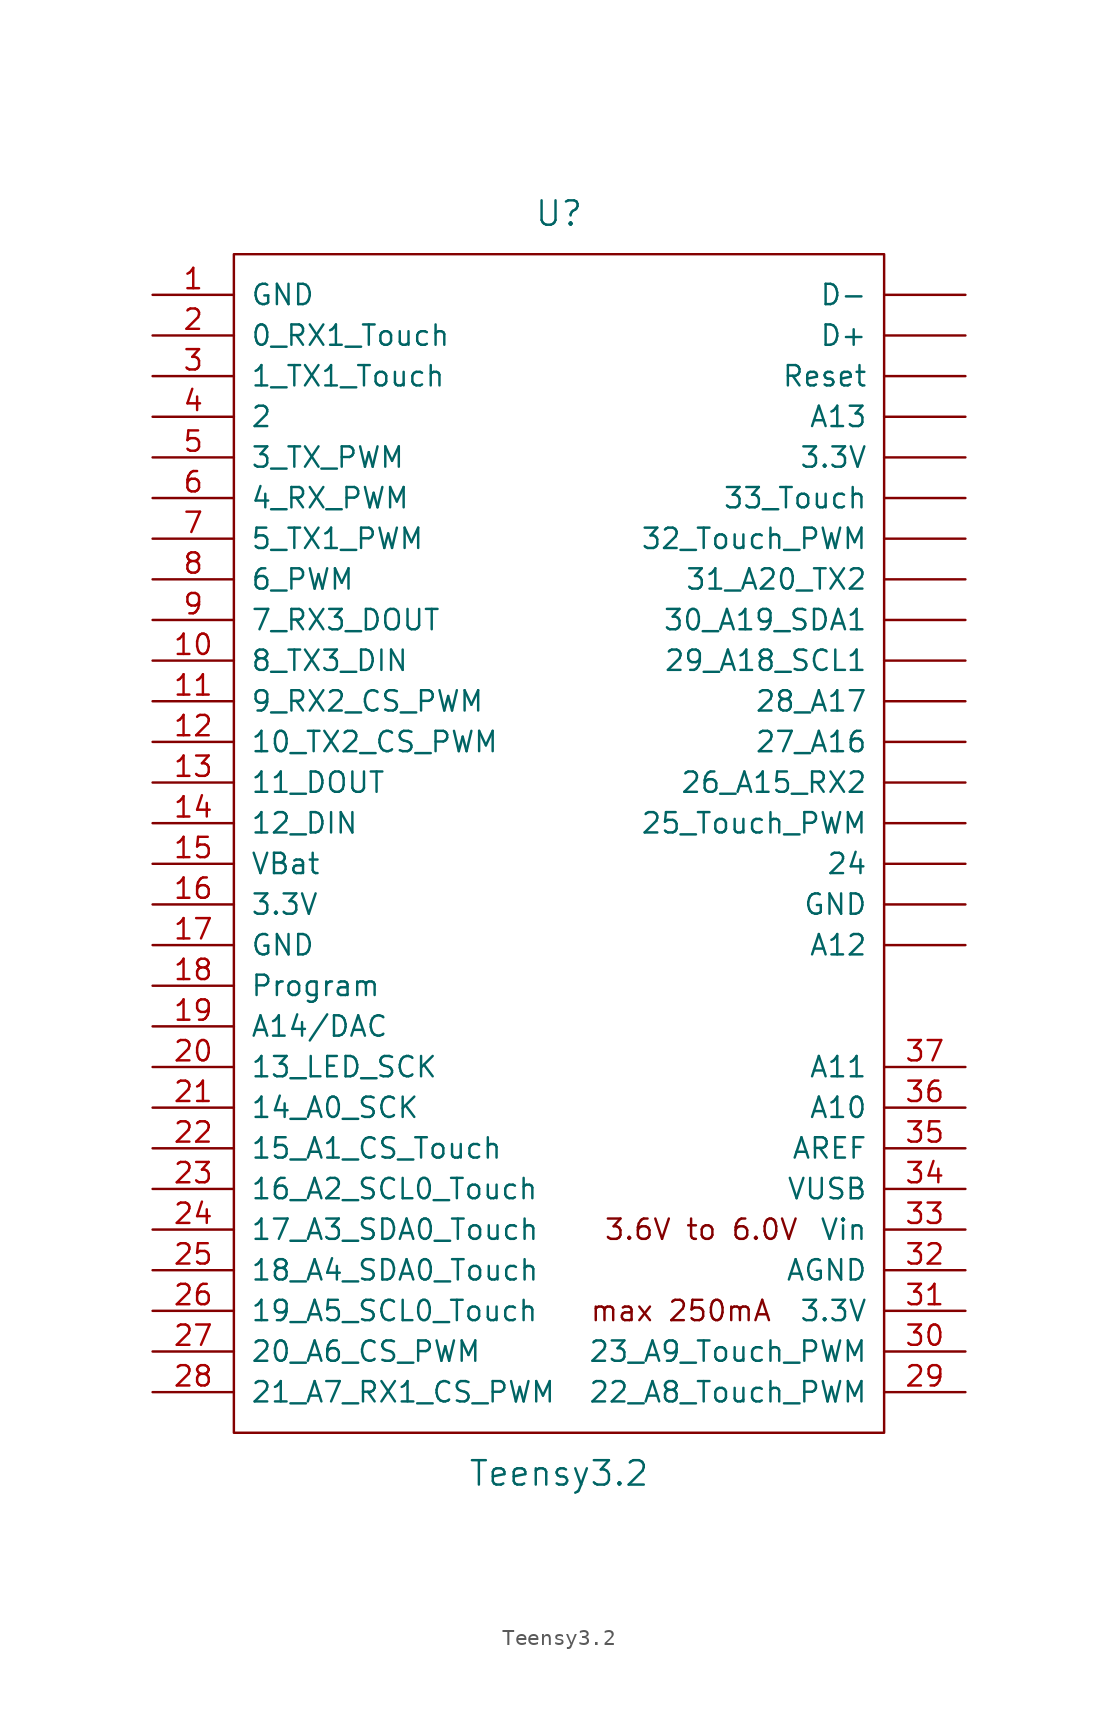
<source format=kicad_sym>
(kicad_symbol_lib
  (version 20211014)
  (generator kicad_symbol_editor)
  (symbol "Teensy3.2"
    (pin_names
      (offset 1.016))
    (property "Reference" "U"
      (at 0 39.37 0)
      (effects (font (size 1.524 1.524))))
    (property "Value" "Teensy3.2"
      (at 0 -39.37 0)
      (effects (font (size 1.524 1.524))))
    (property "Footprint" ""
      (at 0 -19.05 0)
      (effects (font (size 1.524 1.524))))
    (property "Datasheet" ""
      (at 0 -19.05 0)
      (effects (font (size 1.524 1.524))))
    (symbol "Teensy3.2_0_0"
      (text "3.6V to 6.0V" (at 8.89 -24.13 0) (effects (font (size 1.27 1.27))))
      (text "max 250mA" (at 7.62 -29.21 0) (effects (font (size 1.27 1.27)))))
    (symbol "Teensy3.2_0_1"
      (rectangle (start -20.32 -36.83) (end 20.32 36.83) (stroke (width 0) (type default) (color 0 0 0 0)) (fill (type none))))
    (symbol "Teensy3.2_1_1"
      (pin power_in line (at -25.4 34.29 0) (length 5.08) (name "GND" (effects (font (size 1.27 1.27)))) (number "1" (effects (font (size 1.27 1.27)))))
      (pin bidirectional line (at -25.4 11.43 0) (length 5.08) (name "8_TX3_DIN" (effects (font (size 1.27 1.27)))) (number "10" (effects (font (size 1.27 1.27)))))
      (pin bidirectional line (at -25.4 8.89 0) (length 5.08) (name "9_RX2_CS_PWM" (effects (font (size 1.27 1.27)))) (number "11" (effects (font (size 1.27 1.27)))))
      (pin bidirectional line (at -25.4 6.35 0) (length 5.08) (name "10_TX2_CS_PWM" (effects (font (size 1.27 1.27)))) (number "12" (effects (font (size 1.27 1.27)))))
      (pin bidirectional line (at -25.4 3.81 0) (length 5.08) (name "11_DOUT" (effects (font (size 1.27 1.27)))) (number "13" (effects (font (size 1.27 1.27)))))
      (pin bidirectional line (at -25.4 1.27 0) (length 5.08) (name "12_DIN" (effects (font (size 1.27 1.27)))) (number "14" (effects (font (size 1.27 1.27)))))
      (pin power_in line (at -25.4 -1.27 0) (length 5.08) (name "VBat" (effects (font (size 1.27 1.27)))) (number "15" (effects (font (size 1.27 1.27)))))
      (pin power_out line (at -25.4 -3.81 0) (length 5.08) (name "3.3V" (effects (font (size 1.27 1.27)))) (number "16" (effects (font (size 1.27 1.27)))))
      (pin power_in line (at -25.4 -6.35 0) (length 5.08) (name "GND" (effects (font (size 1.27 1.27)))) (number "17" (effects (font (size 1.27 1.27)))))
      (pin input line (at -25.4 -8.89 0) (length 5.08) (name "Program" (effects (font (size 1.27 1.27)))) (number "18" (effects (font (size 1.27 1.27)))))
      (pin bidirectional line (at -25.4 -11.43 0) (length 5.08) (name "A14/DAC" (effects (font (size 1.27 1.27)))) (number "19" (effects (font (size 1.27 1.27)))))
      (pin bidirectional line (at -25.4 31.75 0) (length 5.08) (name "0_RX1_Touch" (effects (font (size 1.27 1.27)))) (number "2" (effects (font (size 1.27 1.27)))))
      (pin bidirectional line (at -25.4 -13.97 0) (length 5.08) (name "13_LED_SCK" (effects (font (size 1.27 1.27)))) (number "20" (effects (font (size 1.27 1.27)))))
      (pin bidirectional line (at -25.4 -16.51 0) (length 5.08) (name "14_A0_SCK" (effects (font (size 1.27 1.27)))) (number "21" (effects (font (size 1.27 1.27)))))
      (pin bidirectional line (at -25.4 -19.05 0) (length 5.08) (name "15_A1_CS_Touch" (effects (font (size 1.27 1.27)))) (number "22" (effects (font (size 1.27 1.27)))))
      (pin bidirectional line (at -25.4 -21.59 0) (length 5.08) (name "16_A2_SCL0_Touch" (effects (font (size 1.27 1.27)))) (number "23" (effects (font (size 1.27 1.27)))))
      (pin bidirectional line (at -25.4 -24.13 0) (length 5.08) (name "17_A3_SDA0_Touch" (effects (font (size 1.27 1.27)))) (number "24" (effects (font (size 1.27 1.27)))))
      (pin bidirectional line (at -25.4 -26.67 0) (length 5.08) (name "18_A4_SDA0_Touch" (effects (font (size 1.27 1.27)))) (number "25" (effects (font (size 1.27 1.27)))))
      (pin bidirectional line (at -25.4 -29.21 0) (length 5.08) (name "19_A5_SCL0_Touch" (effects (font (size 1.27 1.27)))) (number "26" (effects (font (size 1.27 1.27)))))
      (pin bidirectional line (at -25.4 -31.75 0) (length 5.08) (name "20_A6_CS_PWM" (effects (font (size 1.27 1.27)))) (number "27" (effects (font (size 1.27 1.27)))))
      (pin bidirectional line (at -25.4 -34.29 0) (length 5.08) (name "21_A7_RX1_CS_PWM" (effects (font (size 1.27 1.27)))) (number "28" (effects (font (size 1.27 1.27)))))
      (pin bidirectional line (at 25.4 -34.29 180) (length 5.08) (name "22_A8_Touch_PWM" (effects (font (size 1.27 1.27)))) (number "29" (effects (font (size 1.27 1.27)))))
      (pin bidirectional line (at -25.4 29.21 0) (length 5.08) (name "1_TX1_Touch" (effects (font (size 1.27 1.27)))) (number "3" (effects (font (size 1.27 1.27)))))
      (pin bidirectional line (at 25.4 -31.75 180) (length 5.08) (name "23_A9_Touch_PWM" (effects (font (size 1.27 1.27)))) (number "30" (effects (font (size 1.27 1.27)))))
      (pin power_out line (at 25.4 -29.21 180) (length 5.08) (name "3.3V" (effects (font (size 1.27 1.27)))) (number "31" (effects (font (size 1.27 1.27)))))
      (pin power_out line (at 25.4 -26.67 180) (length 5.08) (name "AGND" (effects (font (size 1.27 1.27)))) (number "32" (effects (font (size 1.27 1.27)))))
      (pin power_in line (at 25.4 -24.13 180) (length 5.08) (name "Vin" (effects (font (size 1.27 1.27)))) (number "33" (effects (font (size 1.27 1.27)))))
      (pin power_in line (at 25.4 -21.59 180) (length 5.08) (name "VUSB" (effects (font (size 1.27 1.27)))) (number "34" (effects (font (size 1.27 1.27)))))
      (pin input line (at 25.4 -19.05 180) (length 5.08) (name "AREF" (effects (font (size 1.27 1.27)))) (number "35" (effects (font (size 1.27 1.27)))))
      (pin bidirectional line (at 25.4 -16.51 180) (length 5.08) (name "A10" (effects (font (size 1.27 1.27)))) (number "36" (effects (font (size 1.27 1.27)))))
      (pin bidirectional line (at 25.4 -13.97 180) (length 5.08) (name "A11" (effects (font (size 1.27 1.27)))) (number "37" (effects (font (size 1.27 1.27)))))
      (pin bidirectional line (at -25.4 26.67 0) (length 5.08) (name "2" (effects (font (size 1.27 1.27)))) (number "4" (effects (font (size 1.27 1.27)))))
      (pin bidirectional line (at -25.4 24.13 0) (length 5.08) (name "3_TX_PWM" (effects (font (size 1.27 1.27)))) (number "5" (effects (font (size 1.27 1.27)))))
      (pin bidirectional line (at -25.4 21.59 0) (length 5.08) (name "4_RX_PWM" (effects (font (size 1.27 1.27)))) (number "6" (effects (font (size 1.27 1.27)))))
      (pin bidirectional line (at -25.4 19.05 0) (length 5.08) (name "5_TX1_PWM" (effects (font (size 1.27 1.27)))) (number "7" (effects (font (size 1.27 1.27)))))
      (pin bidirectional line (at -25.4 16.51 0) (length 5.08) (name "6_PWM" (effects (font (size 1.27 1.27)))) (number "8" (effects (font (size 1.27 1.27)))))
      (pin bidirectional line (at -25.4 13.97 0) (length 5.08) (name "7_RX3_DOUT" (effects (font (size 1.27 1.27)))) (number "9" (effects (font (size 1.27 1.27)))))
      (pin bidirectional line (at 25.4 -1.27 180) (length 5.08) (name "24" (effects (font (size 1.27 1.27)))) (number "~" (effects (font (size 1.27 1.27)))))
      (pin bidirectional line (at 25.4 1.27 180) (length 5.08) (name "25_Touch_PWM" (effects (font (size 1.27 1.27)))) (number "~" (effects (font (size 1.27 1.27)))))
      (pin bidirectional line (at 25.4 3.81 180) (length 5.08) (name "26_A15_RX2" (effects (font (size 1.27 1.27)))) (number "~" (effects (font (size 1.27 1.27)))))
      (pin bidirectional line (at 25.4 6.35 180) (length 5.08) (name "27_A16" (effects (font (size 1.27 1.27)))) (number "~" (effects (font (size 1.27 1.27)))))
      (pin bidirectional line (at 25.4 8.89 180) (length 5.08) (name "28_A17" (effects (font (size 1.27 1.27)))) (number "~" (effects (font (size 1.27 1.27)))))
      (pin bidirectional line (at 25.4 11.43 180) (length 5.08) (name "29_A18_SCL1" (effects (font (size 1.27 1.27)))) (number "~" (effects (font (size 1.27 1.27)))))
      (pin power_out line (at 25.4 24.13 180) (length 5.08) (name "3.3V" (effects (font (size 1.27 1.27)))) (number "~" (effects (font (size 1.27 1.27)))))
      (pin bidirectional line (at 25.4 13.97 180) (length 5.08) (name "30_A19_SDA1" (effects (font (size 1.27 1.27)))) (number "~" (effects (font (size 1.27 1.27)))))
      (pin bidirectional line (at 25.4 16.51 180) (length 5.08) (name "31_A20_TX2" (effects (font (size 1.27 1.27)))) (number "~" (effects (font (size 1.27 1.27)))))
      (pin bidirectional line (at 25.4 19.05 180) (length 5.08) (name "32_Touch_PWM" (effects (font (size 1.27 1.27)))) (number "~" (effects (font (size 1.27 1.27)))))
      (pin bidirectional line (at 25.4 21.59 180) (length 5.08) (name "33_Touch" (effects (font (size 1.27 1.27)))) (number "~" (effects (font (size 1.27 1.27)))))
      (pin bidirectional line (at 25.4 -6.35 180) (length 5.08) (name "A12" (effects (font (size 1.27 1.27)))) (number "~" (effects (font (size 1.27 1.27)))))
      (pin bidirectional line (at 25.4 26.67 180) (length 5.08) (name "A13" (effects (font (size 1.27 1.27)))) (number "~" (effects (font (size 1.27 1.27)))))
      (pin bidirectional line (at 25.4 31.75 180) (length 5.08) (name "D+" (effects (font (size 1.27 1.27)))) (number "~" (effects (font (size 1.27 1.27)))))
      (pin bidirectional line (at 25.4 34.29 180) (length 5.08) (name "D-" (effects (font (size 1.27 1.27)))) (number "~" (effects (font (size 1.27 1.27)))))
      (pin power_in line (at 25.4 -3.81 180) (length 5.08) (name "GND" (effects (font (size 1.27 1.27)))) (number "~" (effects (font (size 1.27 1.27)))))
      (pin input line (at 25.4 29.21 180) (length 5.08) (name "Reset" (effects (font (size 1.27 1.27)))) (number "~" (effects (font (size 1.27 1.27))))))))
</source>
